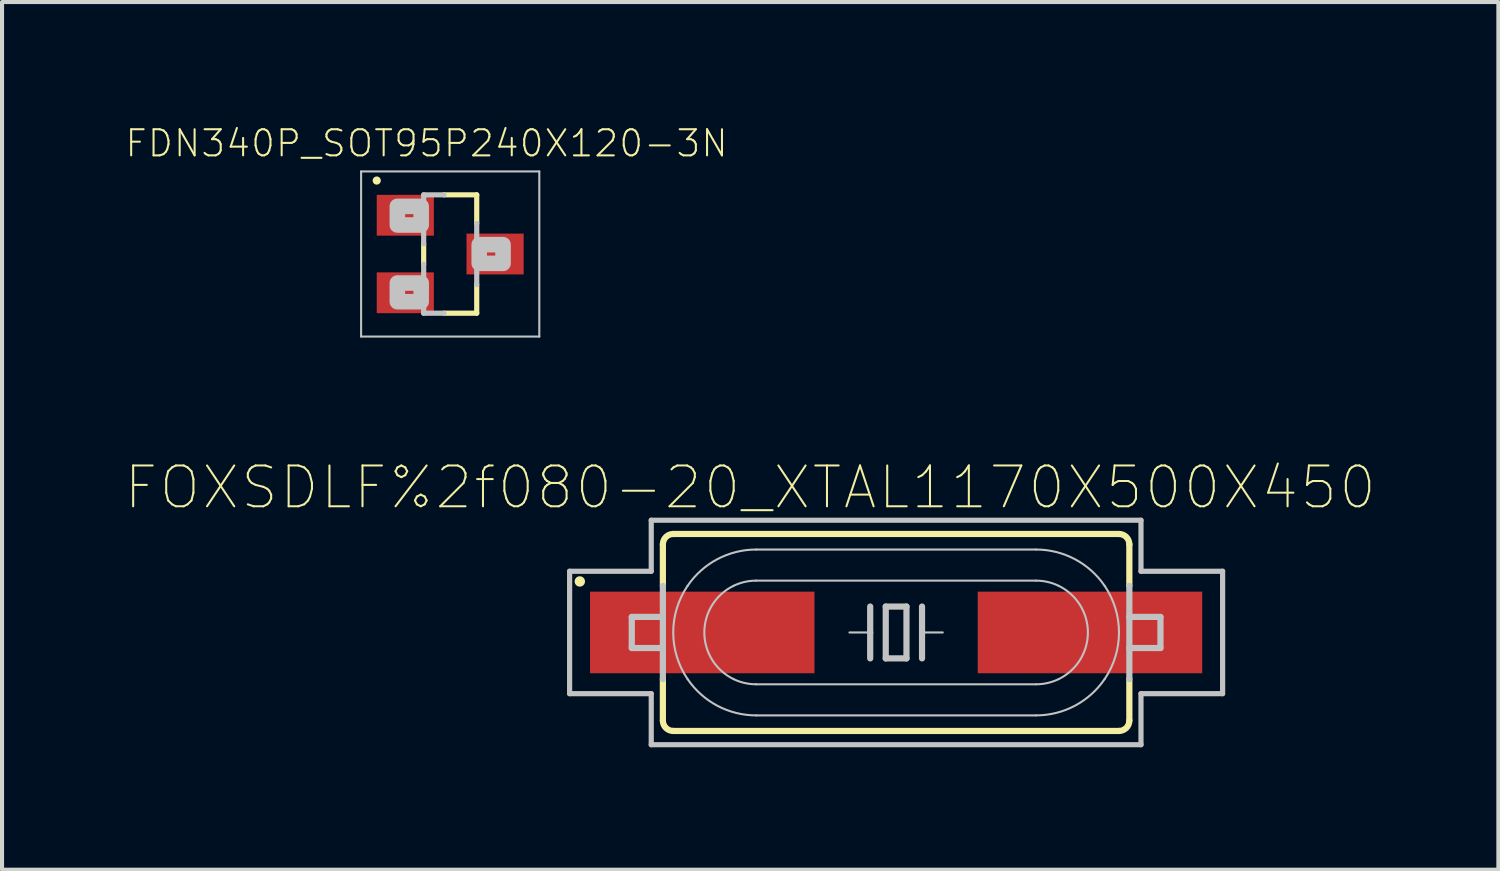
<source format=kicad_pcb>
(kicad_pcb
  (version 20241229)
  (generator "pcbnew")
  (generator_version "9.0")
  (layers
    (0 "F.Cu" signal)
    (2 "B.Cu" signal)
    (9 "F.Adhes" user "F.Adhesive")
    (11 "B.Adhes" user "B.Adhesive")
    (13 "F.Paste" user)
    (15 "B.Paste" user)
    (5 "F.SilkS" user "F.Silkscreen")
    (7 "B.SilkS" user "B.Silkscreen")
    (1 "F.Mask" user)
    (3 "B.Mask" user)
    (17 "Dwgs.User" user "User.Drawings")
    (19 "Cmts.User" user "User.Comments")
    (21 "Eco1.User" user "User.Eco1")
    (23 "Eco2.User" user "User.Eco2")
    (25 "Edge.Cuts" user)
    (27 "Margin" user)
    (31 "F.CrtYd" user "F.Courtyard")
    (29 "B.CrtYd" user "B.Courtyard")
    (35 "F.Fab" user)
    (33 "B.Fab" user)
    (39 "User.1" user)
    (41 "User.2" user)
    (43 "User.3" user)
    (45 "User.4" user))
  (footprint "FDN340P_SOT95P240X120-3N"
    (layer "F.Cu")
    (at 7.981 3.174)
    (property "Reference" "FDN340P_SOT95P240X120-3N" (at -0.579 -2.711 0) (layer "F.SilkS") (effects (font (size 0.64 0.64) (thickness 0.05))))
    (attr smd)
    (fp_line (start -0.65 -0.25) (end -0.65 0.25) (stroke (width 0.127) (type solid)) (layer "F.SilkS"))
    (fp_line (start 0.65 -1.45) (end -0.15 -1.45) (stroke (width 0.127) (type solid)) (layer "F.SilkS"))
    (fp_line (start 0.65 -1.45) (end 0.65 -0.75) (stroke (width 0.127) (type solid)) (layer "F.SilkS"))
    (fp_line (start 0.65 1.45) (end -0.15 1.45) (stroke (width 0.127) (type solid)) (layer "F.SilkS"))
    (fp_line (start 0.65 1.45) (end 0.65 0.75) (stroke (width 0.127) (type solid)) (layer "F.SilkS"))
    (fp_circle (center -1.8 -1.8) (end -1.7 -1.8) (stroke (width 0) (type solid)) (fill yes) (layer "F.SilkS"))
    (fp_line (start -2.183 -2.023) (end 2.183 -2.023) (stroke (width 0.051) (type solid)) (layer "Dwgs.User"))
    (fp_line (start -2.183 2.023) (end -2.183 -2.023) (stroke (width 0.051) (type solid)) (layer "Dwgs.User"))
    (fp_line (start -0.65 -1.45) (end -0.65 -0.25) (stroke (width 0.127) (type solid)) (layer "Dwgs.User"))
    (fp_line (start -0.65 0.25) (end -0.65 1.45) (stroke (width 0.127) (type solid)) (layer "Dwgs.User"))
    (fp_line (start -0.65 1.45) (end -0.15 1.45) (stroke (width 0.127) (type solid)) (layer "Dwgs.User"))
    (fp_line (start -0.15 -1.45) (end -0.65 -1.45) (stroke (width 0.127) (type solid)) (layer "Dwgs.User"))
    (fp_line (start 0.65 -0.75) (end 0.65 0.75) (stroke (width 0.127) (type solid)) (layer "Dwgs.User"))
    (fp_line (start 2.183 -2.023) (end 2.183 2.023) (stroke (width 0.051) (type solid)) (layer "Dwgs.User"))
    (fp_line (start 2.183 2.023) (end -2.183 2.023) (stroke (width 0.051) (type solid)) (layer "Dwgs.User"))
    (fp_poly (pts (xy -0.711 -1.168) (xy -0.711 -0.711) (xy -1.295 -0.711) (xy -1.295 -1.168)) (stroke (width 0.381) (type solid)) (fill no) (layer "Dwgs.User"))
    (fp_poly (pts (xy -0.711 0.711) (xy -0.711 1.168) (xy -1.295 1.168) (xy -1.295 0.711)) (stroke (width 0.381) (type solid)) (fill no) (layer "Dwgs.User"))
    (fp_poly (pts (xy 1.295 -0.229) (xy 1.295 0.229) (xy 0.711 0.229) (xy 0.711 -0.229)) (stroke (width 0.381) (type solid)) (fill no) (layer "Dwgs.User"))
    (pad "1" smd rect (at -1.1 -0.95 270) (size 1 1.4) (layers "F.Cu" "F.Mask" "F.Paste"))
    (pad "2" smd rect (at -1.1 0.95 270) (size 1 1.4) (layers "F.Cu" "F.Mask" "F.Paste"))
    (pad "3" smd rect (at 1.1 0 270) (size 1 1.4) (layers "F.Cu" "F.Mask" "F.Paste")))
  (footprint "FOXSDLF%2f080-20_XTAL1170X500X450"
    (layer "F.Cu")
    (at 18.907 12.447)
    (property "Reference" "FOXSDLF%2f080-20_XTAL1170X500X450" (at -3.575 -3.552 0) (layer "F.SilkS") (effects (font (size 1 1) (thickness 0.05))))
    (attr smd)
    (fp_line (start -5.715 -2.159) (end -5.715 -1.143) (stroke (width 0.152) (type solid)) (layer "F.SilkS"))
    (fp_line (start -5.715 1.143) (end -5.715 2.159) (stroke (width 0.152) (type solid)) (layer "F.SilkS"))
    (fp_line (start -5.461 -2.413) (end 5.461 -2.413) (stroke (width 0.152) (type solid)) (layer "F.SilkS"))
    (fp_line (start -5.461 2.413) (end 5.461 2.413) (stroke (width 0.152) (type solid)) (layer "F.SilkS"))
    (fp_line (start 5.715 -2.159) (end 5.715 -1.143) (stroke (width 0.152) (type solid)) (layer "F.SilkS"))
    (fp_line (start 5.715 1.143) (end 5.715 2.159) (stroke (width 0.152) (type solid)) (layer "F.SilkS"))
    (fp_arc (start -5.715 -2.159) (mid -5.640605 -2.338605) (end -5.461 -2.413) (stroke (width 0.1524) (type solid)) (layer "F.SilkS"))
    (fp_arc (start -5.461 2.413) (mid -5.640605 2.338605) (end -5.715 2.159) (stroke (width 0.1524) (type solid)) (layer "F.SilkS"))
    (fp_arc (start 5.461 -2.413) (mid 5.640605 -2.338605) (end 5.715 -2.159) (stroke (width 0.1524) (type solid)) (layer "F.SilkS"))
    (fp_arc (start 5.715 2.159) (mid 5.640605 2.338605) (end 5.461 2.413) (stroke (width 0.1524) (type solid)) (layer "F.SilkS"))
    (fp_circle (center -7.75 -1.25) (end -7.623 -1.25) (stroke (width 0) (type solid)) (fill yes) (layer "F.SilkS"))
    (fp_line (start -8 -1.5) (end -8 1.5) (stroke (width 0.127) (type solid)) (layer "Dwgs.User"))
    (fp_line (start -8 1.5) (end -6 1.5) (stroke (width 0.127) (type solid)) (layer "Dwgs.User"))
    (fp_line (start -6.477 -0.381) (end -6.477 0.381) (stroke (width 0.152) (type solid)) (layer "Dwgs.User"))
    (fp_line (start -6 -2.75) (end -6 -1.5) (stroke (width 0.127) (type solid)) (layer "Dwgs.User"))
    (fp_line (start -6 -1.5) (end -8 -1.5) (stroke (width 0.127) (type solid)) (layer "Dwgs.User"))
    (fp_line (start -6 1.5) (end -6 2.75) (stroke (width 0.127) (type solid)) (layer "Dwgs.User"))
    (fp_line (start -6 2.75) (end 6 2.75) (stroke (width 0.127) (type solid)) (layer "Dwgs.User"))
    (fp_line (start -5.715 -1.143) (end -5.715 1.143) (stroke (width 0.152) (type solid)) (layer "Dwgs.User"))
    (fp_line (start -5.715 -0.381) (end -6.477 -0.381) (stroke (width 0.152) (type solid)) (layer "Dwgs.User"))
    (fp_line (start -5.715 0.381) (end -6.477 0.381) (stroke (width 0.152) (type solid)) (layer "Dwgs.User"))
    (fp_line (start -3.429 -2.032) (end 3.429 -2.032) (stroke (width 0.051) (type solid)) (layer "Dwgs.User"))
    (fp_line (start -3.429 -1.27) (end 3.429 -1.27) (stroke (width 0.051) (type solid)) (layer "Dwgs.User"))
    (fp_line (start -0.635 -0.635) (end -0.635 0) (stroke (width 0.152) (type solid)) (layer "Dwgs.User"))
    (fp_line (start -0.635 0) (end -1.143 0) (stroke (width 0.051) (type solid)) (layer "Dwgs.User"))
    (fp_line (start -0.635 0) (end -0.635 0.635) (stroke (width 0.152) (type solid)) (layer "Dwgs.User"))
    (fp_line (start -0.254 -0.635) (end -0.254 0.635) (stroke (width 0.152) (type solid)) (layer "Dwgs.User"))
    (fp_line (start -0.254 0.635) (end 0.254 0.635) (stroke (width 0.152) (type solid)) (layer "Dwgs.User"))
    (fp_line (start 0.254 -0.635) (end -0.254 -0.635) (stroke (width 0.152) (type solid)) (layer "Dwgs.User"))
    (fp_line (start 0.254 0.635) (end 0.254 -0.635) (stroke (width 0.152) (type solid)) (layer "Dwgs.User"))
    (fp_line (start 0.635 -0.635) (end 0.635 0) (stroke (width 0.152) (type solid)) (layer "Dwgs.User"))
    (fp_line (start 0.635 0) (end 0.635 0.635) (stroke (width 0.152) (type solid)) (layer "Dwgs.User"))
    (fp_line (start 0.635 0) (end 1.143 0) (stroke (width 0.051) (type solid)) (layer "Dwgs.User"))
    (fp_line (start 3.429 1.27) (end -3.429 1.27) (stroke (width 0.051) (type solid)) (layer "Dwgs.User"))
    (fp_line (start 3.429 2.032) (end -3.429 2.032) (stroke (width 0.051) (type solid)) (layer "Dwgs.User"))
    (fp_line (start 5.715 -1.143) (end 5.715 -0.381) (stroke (width 0.152) (type solid)) (layer "Dwgs.User"))
    (fp_line (start 5.715 -0.381) (end 5.715 0.381) (stroke (width 0.152) (type solid)) (layer "Dwgs.User"))
    (fp_line (start 5.715 -0.381) (end 6.477 -0.381) (stroke (width 0.152) (type solid)) (layer "Dwgs.User"))
    (fp_line (start 5.715 0.381) (end 5.715 1.143) (stroke (width 0.152) (type solid)) (layer "Dwgs.User"))
    (fp_line (start 5.715 0.381) (end 6.477 0.381) (stroke (width 0.152) (type solid)) (layer "Dwgs.User"))
    (fp_line (start 6 -2.75) (end -6 -2.75) (stroke (width 0.127) (type solid)) (layer "Dwgs.User"))
    (fp_line (start 6 -1.5) (end 6 -2.75) (stroke (width 0.127) (type solid)) (layer "Dwgs.User"))
    (fp_line (start 6 1.5) (end 8 1.5) (stroke (width 0.127) (type solid)) (layer "Dwgs.User"))
    (fp_line (start 6 2.75) (end 6 1.5) (stroke (width 0.127) (type solid)) (layer "Dwgs.User"))
    (fp_line (start 6.477 -0.381) (end 6.477 0.381) (stroke (width 0.152) (type solid)) (layer "Dwgs.User"))
    (fp_line (start 8 -1.5) (end 6 -1.5) (stroke (width 0.127) (type solid)) (layer "Dwgs.User"))
    (fp_line (start 8 1.5) (end 8 -1.5) (stroke (width 0.127) (type solid)) (layer "Dwgs.User"))
    (fp_arc (start -5.1091 1.143) (mid -5.461039 0.000997) (end -5.110221 -1.141351) (stroke (width 0.0508) (type solid)) (layer "Dwgs.User"))
    (fp_arc (start -5.107684 -1.145083) (mid -4.378305 -1.796696) (end -3.429 -2.0321) (stroke (width 0.0508) (type solid)) (layer "Dwgs.User"))
    (fp_arc (start -3.9826 1.143) (mid -4.699014 0.00017) (end -3.982906 -1.142852) (stroke (width 0.0508) (type solid)) (layer "Dwgs.User"))
    (fp_arc (start -3.981746 -1.143413) (mid -3.712528 -1.237951) (end -3.429 -1.27) (stroke (width 0.0508) (type solid)) (layer "Dwgs.User"))
    (fp_arc (start -3.429 1.27) (mid -3.712529 1.237951) (end -3.981746 1.143413) (stroke (width 0.0508) (type solid)) (layer "Dwgs.User"))
    (fp_arc (start -3.429 2.032) (mid -4.378271 1.796664) (end -5.107653 1.145127) (stroke (width 0.0508) (type solid)) (layer "Dwgs.User"))
    (fp_arc (start 3.429949 -1.269999) (mid 3.713453 -1.237738) (end 3.9826 -1.143) (stroke (width 0.0508) (type solid)) (layer "Dwgs.User"))
    (fp_arc (start 3.431572 -2.031997) (mid 4.380544 -1.79546) (end 5.1091 -1.143) (stroke (width 0.0508) (type solid)) (layer "Dwgs.User"))
    (fp_arc (start 3.9826 1.143) (mid 3.713453 1.237739) (end 3.429949 1.269999) (stroke (width 0.0508) (type solid)) (layer "Dwgs.User"))
    (fp_arc (start 3.982906 -1.142852) (mid 4.699015 0.00017) (end 3.9826 1.143) (stroke (width 0.0508) (type solid)) (layer "Dwgs.User"))
    (fp_arc (start 5.109 1.1429) (mid 4.380483 1.795404) (end 3.431524 2.031999) (stroke (width 0.0508) (type solid)) (layer "Dwgs.User"))
    (fp_arc (start 5.110221 -1.141351) (mid 5.46104 0.000997) (end 5.1091 1.143) (stroke (width 0.0508) (type solid)) (layer "Dwgs.User"))
    (pad "1" smd rect (at -4.75 0) (size 5.5 2) (layers "F.Cu" "F.Mask" "F.Paste"))
    (pad "2" smd rect (at 4.75 0) (size 5.5 2) (layers "F.Cu" "F.Mask" "F.Paste")))
  (gr_rect
    (start -3 -3)
    (end 33.664 18.26)
    (stroke (width 0.1) (type default))
    (fill no)
    (layer "Edge.Cuts")))
</source>
